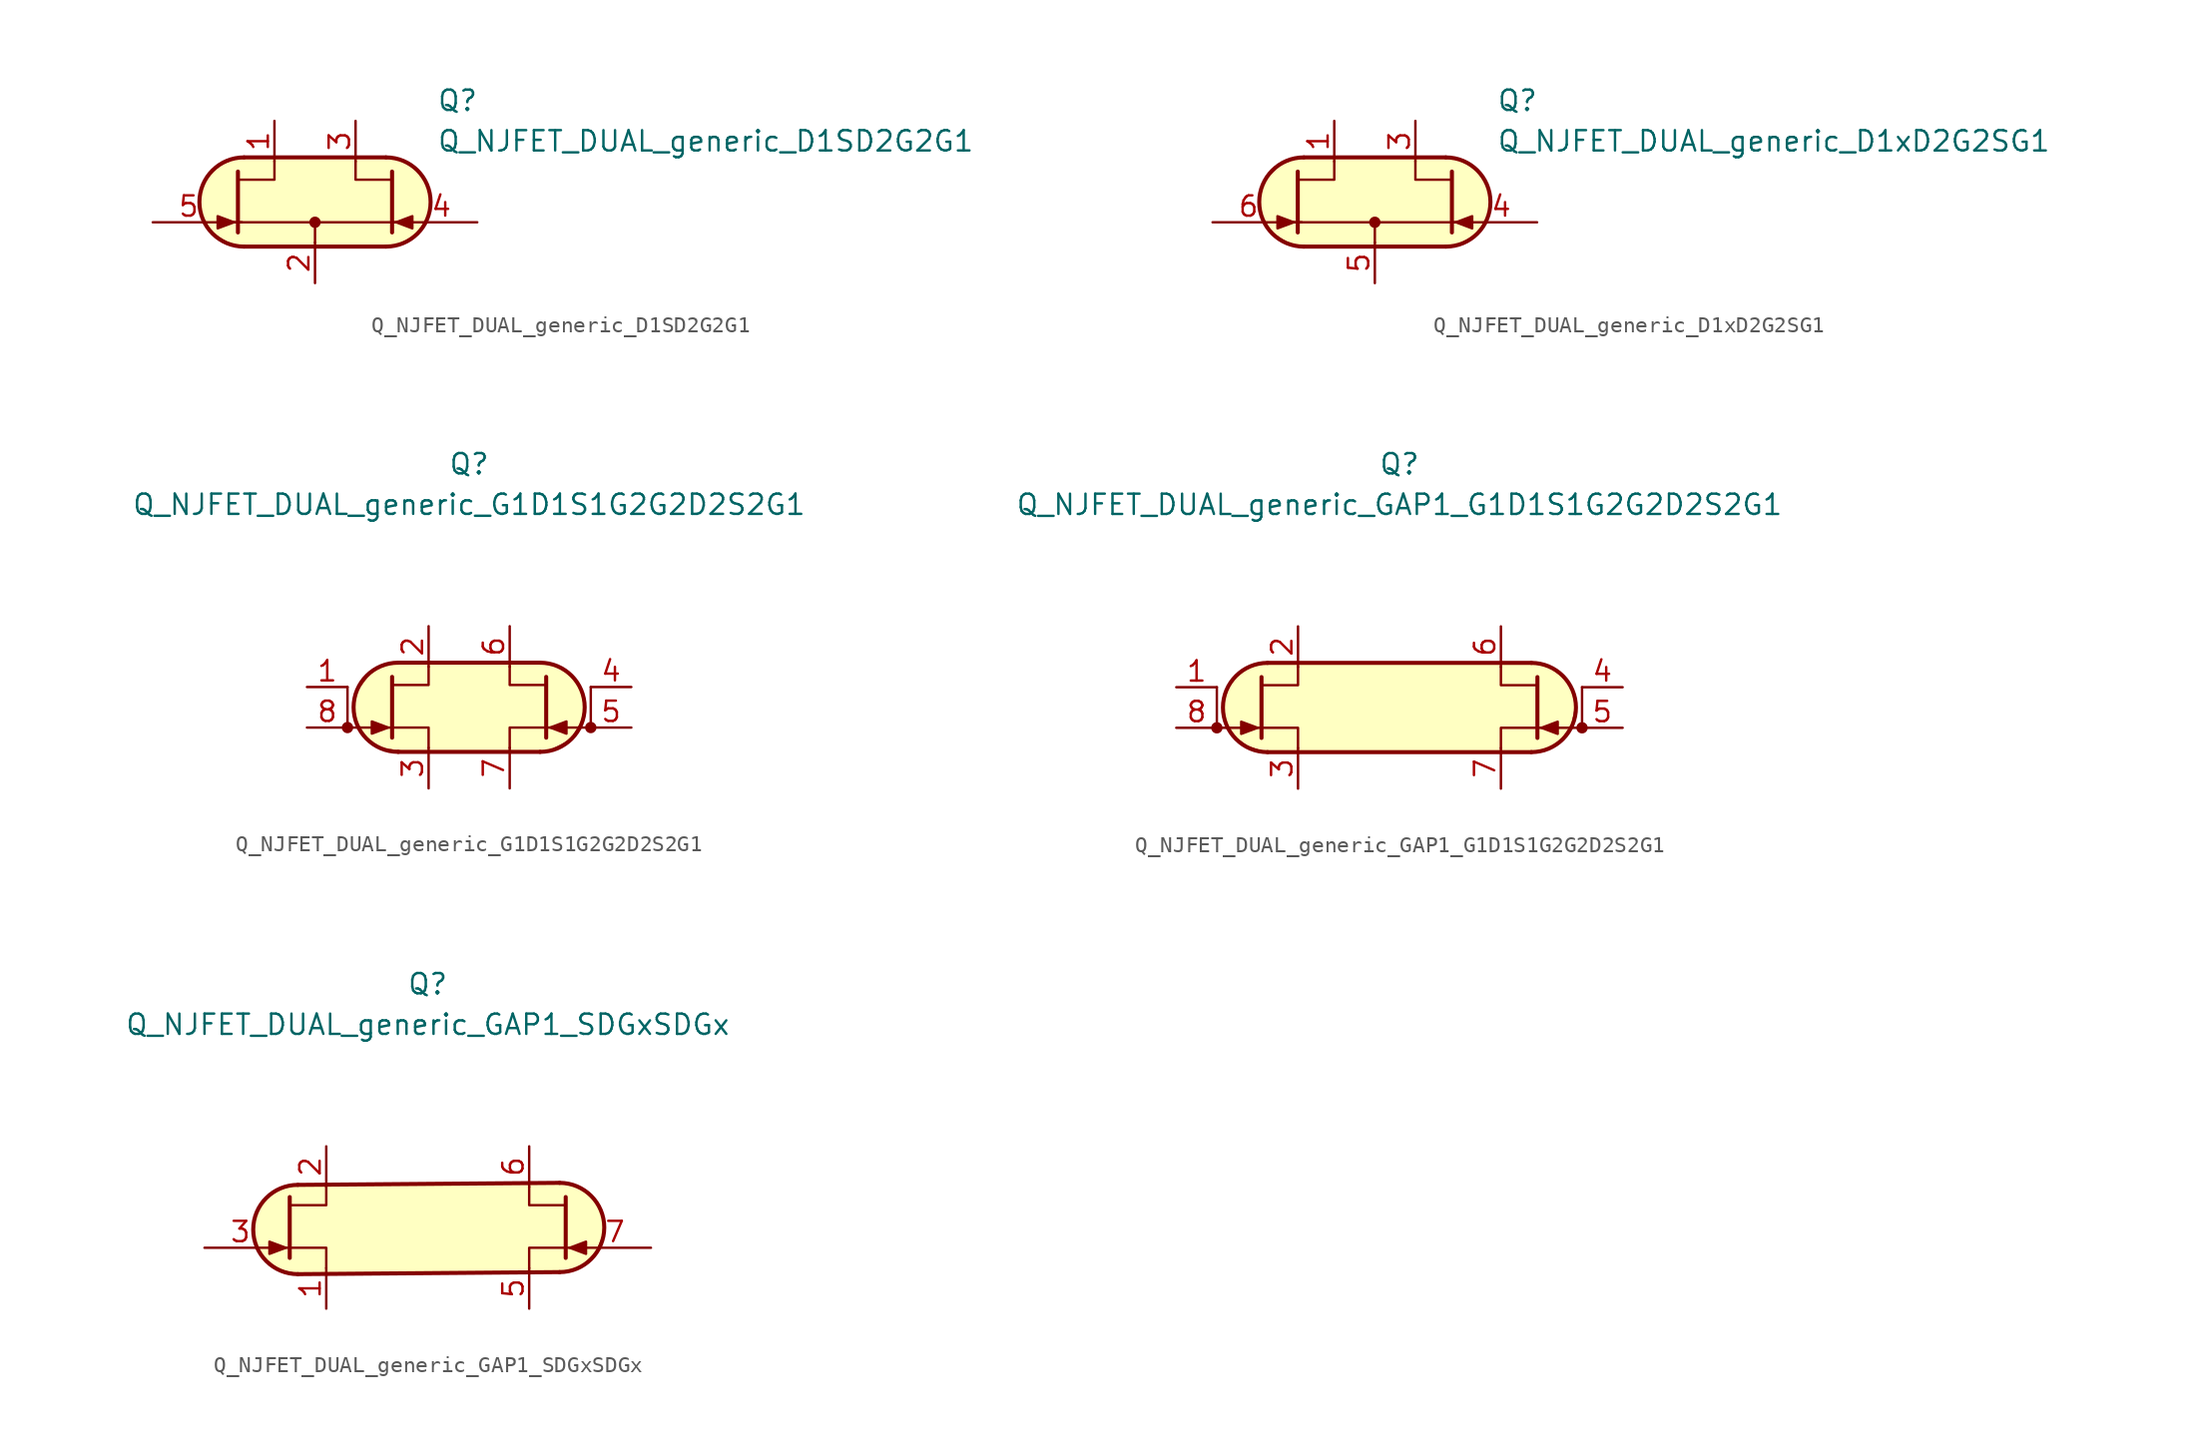
<source format=kicad_sym>
(kicad_symbol_lib
  (version 20211014)
  (generator kicad_symbol_editor)
  (symbol "Transistor_JFET_AKL:Q_NJFET_DUAL_generic_D1SD2G2G1"
    (pin_names
      (offset 1.016) hide)
    (property "Reference" "Q"
      (at 7.62 6.35 0)
      (effects (font (size 1.27 1.27)) (justify left)))
    (property "Value" "Q_NJFET_DUAL_generic_D1SD2G2G1"
      (at 7.62 3.81 0)
      (effects (font (size 1.27 1.27)) (justify left)))
    (symbol "Q_NJFET_DUAL_generic_D1SD2G2G1_0_1"
      (arc (start -4.445 2.794) (mid -7.239 0) (end -4.445 -2.794) (stroke (width 0.254) (type default) (color 0 0 0 0)) (fill (type background)))
      (polyline (pts (xy -5.207 -1.27) (xy -4.572 -1.27)) (stroke (width 0) (type default) (color 0 0 0 0)) (fill (type none)))
      (polyline (pts (xy -5.08 -1.27) (xy 5.08 -1.27)) (stroke (width 0.152) (type default) (color 0 0 0 0)) (fill (type none)))
      (polyline (pts (xy -4.445 2.794) (xy 4.445 2.794)) (stroke (width 0.254) (type default) (color 0 0 0 0)) (fill (type none)))
      (polyline (pts (xy 0 -2.54) (xy 0 -1.27)) (stroke (width 0.152) (type default) (color 0 0 0 0)) (fill (type none)))
      (polyline (pts (xy 4.445 -2.794) (xy -4.445 -2.794)) (stroke (width 0.254) (type default) (color 0 0 0 0)) (fill (type none)))
      (polyline (pts (xy 5.334 -1.27) (xy 4.826 -1.27)) (stroke (width 0) (type default) (color 0 0 0 0)) (fill (type none)))
      (polyline (pts (xy -4.699 -2.794) (xy 4.699 -2.794) (xy 5.969 -2.413) (xy 6.858 -1.524) (xy 7.239 -0.127) (xy 6.985 1.143) (xy 6.35 2.032) (xy 5.334 2.667) (xy 4.318 2.794) (xy -4.826 2.794) (xy -5.969 2.286) (xy -6.858 1.397) (xy -7.239 0.508) (xy -7.112 -0.762) (xy -6.477 -1.905) (xy -5.461 -2.54) (xy -4.445 -2.794)) (stroke (width 0.025) (type default) (color 0 0 0 0)) (fill (type background))))
    (symbol "Q_NJFET_DUAL_generic_D1SD2G2G1_1_1"
      (circle (center 0 -1.27) (radius 0.279) (stroke (width 0)) (stroke (width 0) (type default) (color 0 0 0 0)) (fill (type outline)))
      (polyline (pts (xy -4.826 1.905) (xy -4.826 -1.905) (xy -4.826 -1.905)) (stroke (width 0.254) (type default) (color 0 0 0 0)) (fill (type none)))
      (polyline (pts (xy -2.54 2.54) (xy -2.54 1.397) (xy -4.826 1.397)) (stroke (width 0) (type default) (color 0 0 0 0)) (fill (type none)))
      (polyline (pts (xy 2.54 2.54) (xy 2.54 1.397) (xy 4.826 1.397)) (stroke (width 0) (type default) (color 0 0 0 0)) (fill (type none)))
      (polyline (pts (xy 4.826 1.905) (xy 4.826 -1.905) (xy 4.826 -1.905)) (stroke (width 0.254) (type default) (color 0 0 0 0)) (fill (type none)))
      (polyline (pts (xy -5.08 -1.27) (xy -6.096 -0.889) (xy -6.096 -1.651) (xy -5.08 -1.27)) (stroke (width 0) (type default) (color 0 0 0 0)) (fill (type outline)))
      (polyline (pts (xy 5.08 -1.27) (xy 6.096 -0.889) (xy 6.096 -1.651) (xy 5.08 -1.27)) (stroke (width 0) (type default) (color 0 0 0 0)) (fill (type outline)))
      (arc (start 4.445 -2.794) (mid 7.239 0) (end 4.445 2.794) (stroke (width 0.254) (type default) (color 0 0 0 0)) (fill (type none)))
      (pin passive line (at -2.54 5.08 270) (length 2.54) (name "D1" (effects (font (size 1.27 1.27)))) (number "1" (effects (font (size 1.27 1.27)))))
      (pin passive line (at 0 -5.08 90) (length 2.54) (name "S" (effects (font (size 1.27 1.27)))) (number "2" (effects (font (size 1.27 1.27)))))
      (pin passive line (at 2.54 5.08 270) (length 2.54) (name "D2" (effects (font (size 1.27 1.27)))) (number "3" (effects (font (size 1.27 1.27)))))
      (pin input line (at 10.16 -1.27 180) (length 4.496) (name "G2" (effects (font (size 1.27 1.27)))) (number "4" (effects (font (size 1.27 1.27)))))
      (pin input line (at -10.16 -1.27 0) (length 4.496) (name "G1" (effects (font (size 1.27 1.27)))) (number "5" (effects (font (size 1.27 1.27)))))))
  (symbol "Transistor_JFET_AKL:Q_NJFET_DUAL_generic_D1xD2G2SG1"
    (pin_names
      (offset 1.016) hide)
    (property "Reference" "Q"
      (at 7.62 6.35 0)
      (effects (font (size 1.27 1.27)) (justify left)))
    (property "Value" "Q_NJFET_DUAL_generic_D1xD2G2SG1"
      (at 7.62 3.81 0)
      (effects (font (size 1.27 1.27)) (justify left)))
    (symbol "Q_NJFET_DUAL_generic_D1xD2G2SG1_0_1"
      (arc (start -4.445 2.794) (mid -7.239 0) (end -4.445 -2.794) (stroke (width 0.254) (type default) (color 0 0 0 0)) (fill (type background)))
      (polyline (pts (xy -5.207 -1.27) (xy -4.572 -1.27)) (stroke (width 0) (type default) (color 0 0 0 0)) (fill (type none)))
      (polyline (pts (xy -5.08 -1.27) (xy 5.08 -1.27)) (stroke (width 0.152) (type default) (color 0 0 0 0)) (fill (type none)))
      (polyline (pts (xy -4.445 2.794) (xy 4.445 2.794)) (stroke (width 0.254) (type default) (color 0 0 0 0)) (fill (type none)))
      (polyline (pts (xy 0 -2.54) (xy 0 -1.27)) (stroke (width 0.152) (type default) (color 0 0 0 0)) (fill (type none)))
      (polyline (pts (xy 4.445 -2.794) (xy -4.445 -2.794)) (stroke (width 0.254) (type default) (color 0 0 0 0)) (fill (type none)))
      (polyline (pts (xy 5.334 -1.27) (xy 4.826 -1.27)) (stroke (width 0) (type default) (color 0 0 0 0)) (fill (type none)))
      (polyline (pts (xy -4.699 -2.794) (xy 4.699 -2.794) (xy 5.969 -2.413) (xy 6.858 -1.524) (xy 7.239 -0.127) (xy 6.985 1.143) (xy 6.35 2.032) (xy 5.334 2.667) (xy 4.318 2.794) (xy -4.826 2.794) (xy -5.969 2.286) (xy -6.858 1.397) (xy -7.239 0.508) (xy -7.112 -0.762) (xy -6.477 -1.905) (xy -5.461 -2.54) (xy -4.445 -2.794)) (stroke (width 0.025) (type default) (color 0 0 0 0)) (fill (type background))))
    (symbol "Q_NJFET_DUAL_generic_D1xD2G2SG1_1_1"
      (circle (center 0 -1.27) (radius 0.279) (stroke (width 0)) (stroke (width 0) (type default) (color 0 0 0 0)) (fill (type outline)))
      (polyline (pts (xy -4.826 1.905) (xy -4.826 -1.905) (xy -4.826 -1.905)) (stroke (width 0.254) (type default) (color 0 0 0 0)) (fill (type none)))
      (polyline (pts (xy -2.54 2.54) (xy -2.54 1.397) (xy -4.826 1.397)) (stroke (width 0) (type default) (color 0 0 0 0)) (fill (type none)))
      (polyline (pts (xy 2.54 2.54) (xy 2.54 1.397) (xy 4.826 1.397)) (stroke (width 0) (type default) (color 0 0 0 0)) (fill (type none)))
      (polyline (pts (xy 4.826 1.905) (xy 4.826 -1.905) (xy 4.826 -1.905)) (stroke (width 0.254) (type default) (color 0 0 0 0)) (fill (type none)))
      (polyline (pts (xy -5.08 -1.27) (xy -6.096 -0.889) (xy -6.096 -1.651) (xy -5.08 -1.27)) (stroke (width 0) (type default) (color 0 0 0 0)) (fill (type outline)))
      (polyline (pts (xy 5.08 -1.27) (xy 6.096 -0.889) (xy 6.096 -1.651) (xy 5.08 -1.27)) (stroke (width 0) (type default) (color 0 0 0 0)) (fill (type outline)))
      (arc (start 4.445 -2.794) (mid 7.239 0) (end 4.445 2.794) (stroke (width 0.254) (type default) (color 0 0 0 0)) (fill (type none)))
      (pin passive line (at -2.54 5.08 270) (length 2.54) (name "D1" (effects (font (size 1.27 1.27)))) (number "1" (effects (font (size 1.27 1.27)))))
      (pin passive line (at 2.54 5.08 270) (length 2.54) (name "D2" (effects (font (size 1.27 1.27)))) (number "3" (effects (font (size 1.27 1.27)))))
      (pin input line (at 10.16 -1.27 180) (length 4.496) (name "G2" (effects (font (size 1.27 1.27)))) (number "4" (effects (font (size 1.27 1.27)))))
      (pin passive line (at 0 -5.08 90) (length 2.54) (name "S" (effects (font (size 1.27 1.27)))) (number "5" (effects (font (size 1.27 1.27)))))
      (pin input line (at -10.16 -1.27 0) (length 4.496) (name "G1" (effects (font (size 1.27 1.27)))) (number "6" (effects (font (size 1.27 1.27)))))))
  (symbol "Transistor_JFET_AKL:Q_NJFET_DUAL_generic_G1D1S1G2G2D2S2G1"
    (pin_names
      (offset 1.016) hide)
    (property "Reference" "Q"
      (at 0 15.24 0)
      (effects (font (size 1.27 1.27))))
    (property "Value" "Q_NJFET_DUAL_generic_G1D1S1G2G2D2S2G1"
      (at 0 12.7 0)
      (effects (font (size 1.27 1.27))))
    (symbol "Q_NJFET_DUAL_generic_G1D1S1G2G2D2S2G1_0_1"
      (circle (center -7.62 -1.27) (radius 0.279) (stroke (width 0)) (stroke (width 0) (type default) (color 0 0 0 0)) (fill (type outline)))
      (arc (start -4.445 2.794) (mid -7.239 0) (end -4.445 -2.794) (stroke (width 0.254) (type default) (color 0 0 0 0)) (fill (type background)))
      (polyline (pts (xy -7.62 -1.27) (xy -4.826 -1.27)) (stroke (width 0) (type default) (color 0 0 0 0)) (fill (type none)))
      (polyline (pts (xy -7.62 1.27) (xy -7.62 -1.27)) (stroke (width 0) (type default) (color 0 0 0 0)) (fill (type none)))
      (polyline (pts (xy -4.445 -2.794) (xy 4.445 -2.794)) (stroke (width 0.254) (type default) (color 0 0 0 0)) (fill (type none)))
      (polyline (pts (xy 4.445 2.794) (xy -4.445 2.794)) (stroke (width 0.254) (type default) (color 0 0 0 0)) (fill (type none)))
      (polyline (pts (xy 4.699 2.794) (xy -4.699 2.794) (xy -5.969 2.413) (xy -7.112 0.889) (xy -7.239 -0.381) (xy -6.604 -1.778) (xy -5.588 -2.54) (xy -3.683 -2.794) (xy 4.826 -2.794) (xy 6.35 -2.032) (xy 7.112 -0.762) (xy 7.239 0.381) (xy 6.731 1.651) (xy 5.461 2.667) (xy 4.699 2.794)) (stroke (width 0.025) (type default) (color 0 0 0 0)) (fill (type background))))
    (symbol "Q_NJFET_DUAL_generic_G1D1S1G2G2D2S2G1_1_1"
      (polyline (pts (xy 7.62 -1.27) (xy 4.826 -1.27)) (stroke (width 0) (type default) (color 0 0 0 0)) (fill (type none)))
      (polyline (pts (xy 7.62 1.27) (xy 7.62 -1.27)) (stroke (width 0) (type default) (color 0 0 0 0)) (fill (type none)))
      (polyline (pts (xy -4.826 1.905) (xy -4.826 -1.905) (xy -4.826 -1.905)) (stroke (width 0.254) (type default) (color 0 0 0 0)) (fill (type none)))
      (polyline (pts (xy -2.54 -2.54) (xy -2.54 -1.27) (xy -4.826 -1.27)) (stroke (width 0) (type default) (color 0 0 0 0)) (fill (type none)))
      (polyline (pts (xy -2.54 2.54) (xy -2.54 1.397) (xy -4.826 1.397)) (stroke (width 0) (type default) (color 0 0 0 0)) (fill (type none)))
      (polyline (pts (xy 2.54 -2.54) (xy 2.54 -1.27) (xy 4.826 -1.27)) (stroke (width 0) (type default) (color 0 0 0 0)) (fill (type none)))
      (polyline (pts (xy 2.54 2.54) (xy 2.54 1.397) (xy 4.826 1.397)) (stroke (width 0) (type default) (color 0 0 0 0)) (fill (type none)))
      (polyline (pts (xy 4.826 1.905) (xy 4.826 -1.905) (xy 4.826 -1.905)) (stroke (width 0.254) (type default) (color 0 0 0 0)) (fill (type none)))
      (polyline (pts (xy -5.08 -1.27) (xy -6.096 -0.889) (xy -6.096 -1.651) (xy -5.08 -1.27)) (stroke (width 0) (type default) (color 0 0 0 0)) (fill (type outline)))
      (polyline (pts (xy 5.08 -1.27) (xy 6.096 -0.889) (xy 6.096 -1.651) (xy 5.08 -1.27)) (stroke (width 0) (type default) (color 0 0 0 0)) (fill (type outline)))
      (arc (start 4.445 -2.794) (mid 7.239 0) (end 4.445 2.794) (stroke (width 0.254) (type default) (color 0 0 0 0)) (fill (type none)))
      (circle (center 7.62 -1.27) (radius 0.279) (stroke (width 0)) (stroke (width 0) (type default) (color 0 0 0 0)) (fill (type outline)))
      (pin input line (at -10.16 1.27 0) (length 2.54) (name "G1" (effects (font (size 1.27 1.27)))) (number "1" (effects (font (size 1.27 1.27)))))
      (pin passive line (at -2.54 5.08 270) (length 2.54) (name "D1" (effects (font (size 1.27 1.27)))) (number "2" (effects (font (size 1.27 1.27)))))
      (pin passive line (at -2.54 -5.08 90) (length 2.54) (name "S1" (effects (font (size 1.27 1.27)))) (number "3" (effects (font (size 1.27 1.27)))))
      (pin input line (at 10.16 1.27 180) (length 2.54) (name "G2" (effects (font (size 1.27 1.27)))) (number "4" (effects (font (size 1.27 1.27)))))
      (pin input line (at 10.16 -1.27 180) (length 2.54) (name "G2" (effects (font (size 1.27 1.27)))) (number "5" (effects (font (size 1.27 1.27)))))
      (pin passive line (at 2.54 5.08 270) (length 2.54) (name "D2" (effects (font (size 1.27 1.27)))) (number "6" (effects (font (size 1.27 1.27)))))
      (pin passive line (at 2.54 -5.08 90) (length 2.54) (name "S2" (effects (font (size 1.27 1.27)))) (number "7" (effects (font (size 1.27 1.27)))))
      (pin input line (at -10.16 -1.27 0) (length 2.54) (name "G1" (effects (font (size 1.27 1.27)))) (number "8" (effects (font (size 1.27 1.27)))))))
  (symbol "Transistor_JFET_AKL:Q_NJFET_DUAL_generic_GAP1_G1D1S1G2G2D2S2G1"
    (pin_names
      (offset 1.016) hide)
    (property "Reference" "Q"
      (at 0 15.24 0)
      (effects (font (size 1.27 1.27))))
    (property "Value" "Q_NJFET_DUAL_generic_GAP1_G1D1S1G2G2D2S2G1"
      (at 0 12.7 0)
      (effects (font (size 1.27 1.27))))
    (symbol "Q_NJFET_DUAL_generic_GAP1_G1D1S1G2G2D2S2G1_0_1"
      (arc (start -8.255 2.794) (mid -11.049 0) (end -8.255 -2.794) (stroke (width 0.254) (type default) (color 0 0 0 0)) (fill (type background)))
      (polyline (pts (xy 8.255 -2.794) (xy -8.255 -2.794)) (stroke (width 0.254) (type default) (color 0 0 0 0)) (fill (type none)))
      (polyline (pts (xy 8.255 2.794) (xy -8.255 2.794)) (stroke (width 0.254) (type default) (color 0 0 0 0)) (fill (type none)))
      (polyline (pts (xy -8.255 2.794) (xy 8.255 2.794) (xy 9.398 2.54) (xy 10.541 1.651) (xy 11.049 0.381) (xy 10.795 -1.016) (xy 10.033 -2.159) (xy 9.017 -2.794) (xy -8.382 -2.794) (xy -9.525 -2.413) (xy -10.414 -1.778) (xy -10.922 -0.762) (xy -11.049 0.254) (xy -10.541 1.651) (xy -9.525 2.54) (xy -8.255 2.794)) (stroke (width 0.025) (type default) (color 0 0 0 0)) (fill (type background))))
    (symbol "Q_NJFET_DUAL_generic_GAP1_G1D1S1G2G2D2S2G1_1_1"
      (circle (center -11.43 -1.27) (radius 0.279) (stroke (width 0)) (stroke (width 0) (type default) (color 0 0 0 0)) (fill (type outline)))
      (polyline (pts (xy -11.43 -1.27) (xy -8.636 -1.27)) (stroke (width 0) (type default) (color 0 0 0 0)) (fill (type none)))
      (polyline (pts (xy -11.43 1.27) (xy -11.43 -1.27)) (stroke (width 0) (type default) (color 0 0 0 0)) (fill (type none)))
      (polyline (pts (xy 11.43 -1.27) (xy 8.636 -1.27)) (stroke (width 0) (type default) (color 0 0 0 0)) (fill (type none)))
      (polyline (pts (xy 11.43 1.27) (xy 11.43 -1.27)) (stroke (width 0) (type default) (color 0 0 0 0)) (fill (type none)))
      (polyline (pts (xy -8.636 1.905) (xy -8.636 -1.905) (xy -8.636 -1.905)) (stroke (width 0.254) (type default) (color 0 0 0 0)) (fill (type none)))
      (polyline (pts (xy -6.35 -2.54) (xy -6.35 -1.27) (xy -8.636 -1.27)) (stroke (width 0) (type default) (color 0 0 0 0)) (fill (type none)))
      (polyline (pts (xy -6.35 2.54) (xy -6.35 1.397) (xy -8.636 1.397)) (stroke (width 0) (type default) (color 0 0 0 0)) (fill (type none)))
      (polyline (pts (xy 6.35 -2.54) (xy 6.35 -1.27) (xy 8.636 -1.27)) (stroke (width 0) (type default) (color 0 0 0 0)) (fill (type none)))
      (polyline (pts (xy 6.35 2.54) (xy 6.35 1.397) (xy 8.636 1.397)) (stroke (width 0) (type default) (color 0 0 0 0)) (fill (type none)))
      (polyline (pts (xy 8.636 1.905) (xy 8.636 -1.905) (xy 8.636 -1.905)) (stroke (width 0.254) (type default) (color 0 0 0 0)) (fill (type none)))
      (polyline (pts (xy -8.89 -1.27) (xy -9.906 -0.889) (xy -9.906 -1.651) (xy -8.89 -1.27)) (stroke (width 0) (type default) (color 0 0 0 0)) (fill (type outline)))
      (polyline (pts (xy 8.89 -1.27) (xy 9.906 -0.889) (xy 9.906 -1.651) (xy 8.89 -1.27)) (stroke (width 0) (type default) (color 0 0 0 0)) (fill (type outline)))
      (arc (start 8.255 -2.794) (mid 11.049 0) (end 8.255 2.794) (stroke (width 0.254) (type default) (color 0 0 0 0)) (fill (type none)))
      (circle (center 11.43 -1.27) (radius 0.279) (stroke (width 0)) (stroke (width 0) (type default) (color 0 0 0 0)) (fill (type outline)))
      (pin input line (at -13.97 1.27 0) (length 2.54) (name "G1" (effects (font (size 1.27 1.27)))) (number "1" (effects (font (size 1.27 1.27)))))
      (pin passive line (at -6.35 5.08 270) (length 2.54) (name "D1" (effects (font (size 1.27 1.27)))) (number "2" (effects (font (size 1.27 1.27)))))
      (pin passive line (at -6.35 -5.08 90) (length 2.54) (name "S1" (effects (font (size 1.27 1.27)))) (number "3" (effects (font (size 1.27 1.27)))))
      (pin input line (at 13.97 1.27 180) (length 2.54) (name "G2" (effects (font (size 1.27 1.27)))) (number "4" (effects (font (size 1.27 1.27)))))
      (pin input line (at 13.97 -1.27 180) (length 2.54) (name "G2" (effects (font (size 1.27 1.27)))) (number "5" (effects (font (size 1.27 1.27)))))
      (pin passive line (at 6.35 5.08 270) (length 2.54) (name "D2" (effects (font (size 1.27 1.27)))) (number "6" (effects (font (size 1.27 1.27)))))
      (pin passive line (at 6.35 -5.08 90) (length 2.54) (name "S2" (effects (font (size 1.27 1.27)))) (number "7" (effects (font (size 1.27 1.27)))))
      (pin input line (at -13.97 -1.27 0) (length 2.54) (name "G1" (effects (font (size 1.27 1.27)))) (number "8" (effects (font (size 1.27 1.27)))))))
  (symbol "Transistor_JFET_AKL:Q_NJFET_DUAL_generic_GAP1_SDGxSDGx"
    (pin_names
      (offset 1.016) hide)
    (property "Reference" "Q"
      (at 0 15.24 0)
      (effects (font (size 1.27 1.27))))
    (property "Value" "Q_NJFET_DUAL_generic_GAP1_SDGxSDGx"
      (at 0 12.7 0)
      (effects (font (size 1.27 1.27))))
    (symbol "Q_NJFET_DUAL_generic_GAP1_SDGxSDGx_0_1"
      (arc (start -8.128 2.667) (mid -10.922 -0.127) (end -8.128 -2.921) (stroke (width 0.254) (type default) (color 0 0 0 0)) (fill (type background)))
      (polyline (pts (xy -9.144 -1.27) (xy -8.636 -1.27)) (stroke (width 0) (type default) (color 0 0 0 0)) (fill (type none)))
      (polyline (pts (xy 8.255 -2.794) (xy -8.128 -2.921)) (stroke (width 0.254) (type default) (color 0 0 0 0)) (fill (type none)))
      (polyline (pts (xy 8.255 2.794) (xy -8.128 2.667)) (stroke (width 0.254) (type default) (color 0 0 0 0)) (fill (type none)))
      (polyline (pts (xy 9.017 -1.27) (xy 8.763 -1.27)) (stroke (width 0) (type default) (color 0 0 0 0)) (fill (type none)))
      (polyline (pts (xy 8.255 2.794) (xy -8.128 2.667) (xy -9.271 2.413) (xy -10.287 1.778) (xy -10.922 0.508) (xy -10.795 -0.889) (xy -10.414 -1.778) (xy -9.271 -2.667) (xy -7.874 -2.921) (xy 8.509 -2.794) (xy 9.652 -2.413) (xy 10.541 -1.524) (xy 11.049 -0.254) (xy 10.922 0.889) (xy 10.287 1.905) (xy 9.144 2.667) (xy 8.255 2.794)) (stroke (width 0.025) (type default) (color 0 0 0 0)) (fill (type background))))
    (symbol "Q_NJFET_DUAL_generic_GAP1_SDGxSDGx_1_1"
      (polyline (pts (xy -8.636 1.905) (xy -8.636 -1.905) (xy -8.636 -1.905)) (stroke (width 0.254) (type default) (color 0 0 0 0)) (fill (type none)))
      (polyline (pts (xy -6.35 -2.54) (xy -6.35 -1.27) (xy -8.636 -1.27)) (stroke (width 0) (type default) (color 0 0 0 0)) (fill (type none)))
      (polyline (pts (xy -6.35 2.54) (xy -6.35 1.397) (xy -8.636 1.397)) (stroke (width 0) (type default) (color 0 0 0 0)) (fill (type none)))
      (polyline (pts (xy 6.35 -2.54) (xy 6.35 -1.27) (xy 8.636 -1.27)) (stroke (width 0) (type default) (color 0 0 0 0)) (fill (type none)))
      (polyline (pts (xy 6.35 2.54) (xy 6.35 1.397) (xy 8.636 1.397)) (stroke (width 0) (type default) (color 0 0 0 0)) (fill (type none)))
      (polyline (pts (xy 8.636 1.905) (xy 8.636 -1.905) (xy 8.636 -1.905)) (stroke (width 0.254) (type default) (color 0 0 0 0)) (fill (type none)))
      (polyline (pts (xy -8.89 -1.27) (xy -9.906 -0.889) (xy -9.906 -1.651) (xy -8.89 -1.27)) (stroke (width 0) (type default) (color 0 0 0 0)) (fill (type outline)))
      (polyline (pts (xy 8.89 -1.27) (xy 9.906 -0.889) (xy 9.906 -1.651) (xy 8.89 -1.27)) (stroke (width 0) (type default) (color 0 0 0 0)) (fill (type outline)))
      (arc (start 8.255 -2.794) (mid 11.049 0) (end 8.255 2.794) (stroke (width 0.254) (type default) (color 0 0 0 0)) (fill (type none)))
      (pin passive line (at -6.35 -5.08 90) (length 2.54) (name "S1" (effects (font (size 1.27 1.27)))) (number "1" (effects (font (size 1.27 1.27)))))
      (pin passive line (at -6.35 5.08 270) (length 2.54) (name "D1" (effects (font (size 1.27 1.27)))) (number "2" (effects (font (size 1.27 1.27)))))
      (pin input line (at -13.97 -1.27 0) (length 4.496) (name "G1" (effects (font (size 1.27 1.27)))) (number "3" (effects (font (size 1.27 1.27)))))
      (pin passive line (at 6.35 -5.08 90) (length 2.54) (name "S2" (effects (font (size 1.27 1.27)))) (number "5" (effects (font (size 1.27 1.27)))))
      (pin passive line (at 6.35 5.08 270) (length 2.54) (name "D2" (effects (font (size 1.27 1.27)))) (number "6" (effects (font (size 1.27 1.27)))))
      (pin input line (at 13.97 -1.27 180) (length 4.496) (name "G2" (effects (font (size 1.27 1.27)))) (number "7" (effects (font (size 1.27 1.27))))))))
</source>
